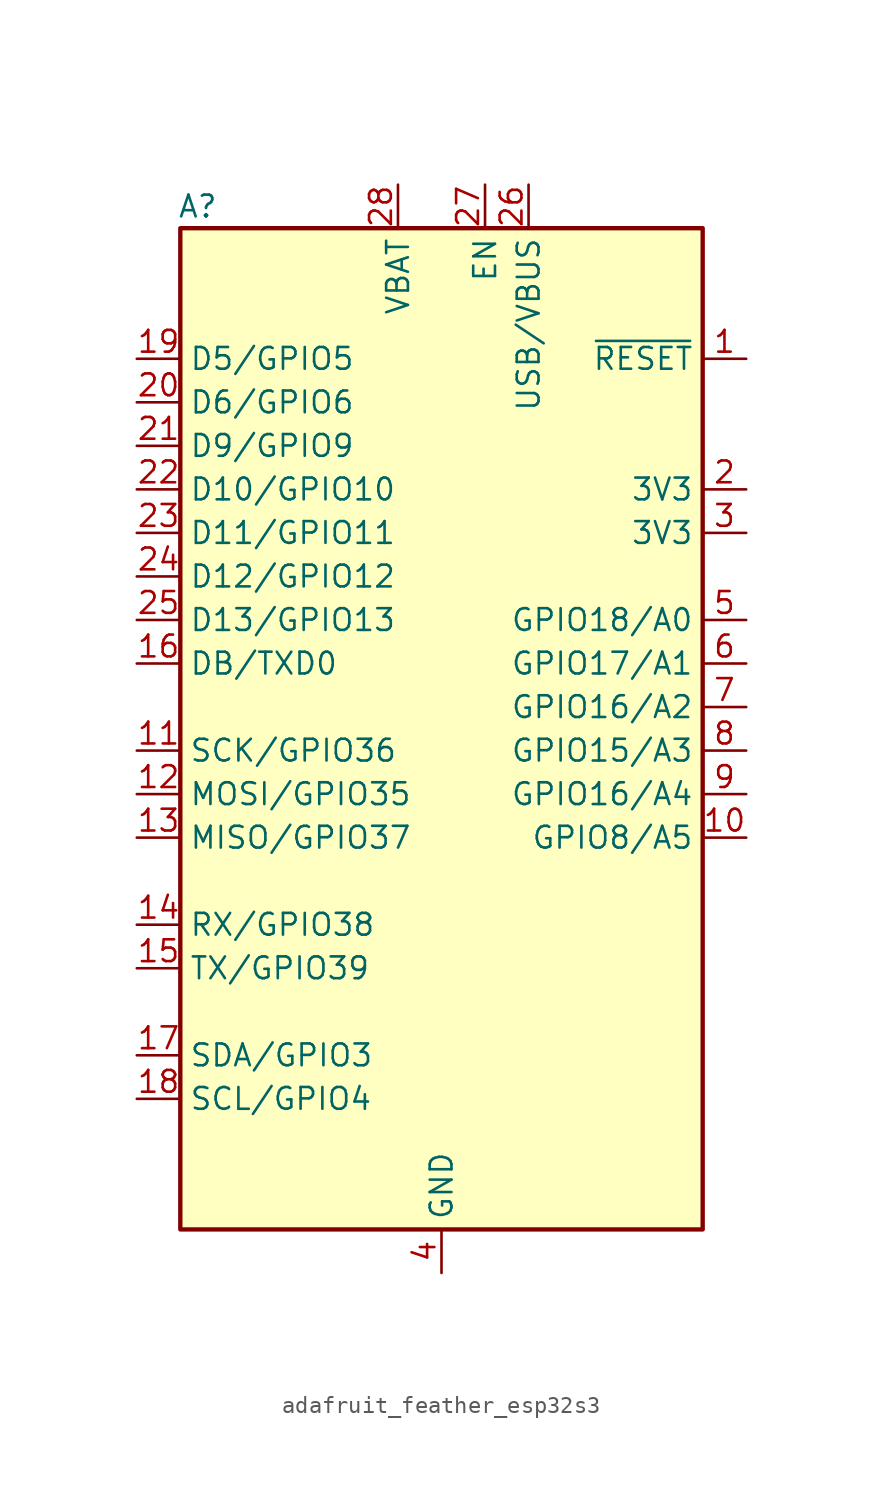
<source format=kicad_sym>
(kicad_symbol_lib
  (version 20231120)
  (generator "kicad_symbol_editor")
  (generator_version "8.0")
  (symbol "adafruit_feather_esp32s3"
    (property "Reference" "A"
      (at -14.224 29.21 0)
      (effects (font (size 1.27 1.27))))
    (property "Value" ""
      (at 0 -1.27 0)
      (effects (font (size 1.27 1.27))))
    (symbol "adafruit_feather_esp32s3_1_1"
      (rectangle (start -15.24 27.94) (end 15.24 -30.48) (stroke (width 0.254) (type default)) (fill (type background)))
      (pin input line (at 17.78 20.32 180) (length 2.54) (name "~{RESET}" (effects (font (size 1.27 1.27)))) (number "1" (effects (font (size 1.27 1.27)))))
      (pin bidirectional line (at 17.78 -7.62 180) (length 2.54) (name "GPIO8/A5" (effects (font (size 1.27 1.27)))) (number "10" (effects (font (size 1.27 1.27)))))
      (pin bidirectional line (at -17.78 -2.54 0) (length 2.54) (name "SCK/GPIO36" (effects (font (size 1.27 1.27)))) (number "11" (effects (font (size 1.27 1.27)))))
      (pin bidirectional line (at -17.78 -5.08 0) (length 2.54) (name "MOSI/GPIO35" (effects (font (size 1.27 1.27)))) (number "12" (effects (font (size 1.27 1.27)))))
      (pin bidirectional line (at -17.78 -7.62 0) (length 2.54) (name "MISO/GPIO37" (effects (font (size 1.27 1.27)))) (number "13" (effects (font (size 1.27 1.27)))))
      (pin bidirectional line (at -17.78 -12.7 0) (length 2.54) (name "RX/GPIO38" (effects (font (size 1.27 1.27)))) (number "14" (effects (font (size 1.27 1.27)))))
      (pin bidirectional line (at -17.78 -15.24 0) (length 2.54) (name "TX/GPIO39" (effects (font (size 1.27 1.27)))) (number "15" (effects (font (size 1.27 1.27)))))
      (pin bidirectional line (at -17.78 2.54 0) (length 2.54) (name "DB/TXD0" (effects (font (size 1.27 1.27)))) (number "16" (effects (font (size 1.27 1.27)))))
      (pin bidirectional line (at -17.78 -20.32 0) (length 2.54) (name "SDA/GPIO3" (effects (font (size 1.27 1.27)))) (number "17" (effects (font (size 1.27 1.27)))))
      (pin bidirectional line (at -17.78 -22.86 0) (length 2.54) (name "SCL/GPIO4" (effects (font (size 1.27 1.27)))) (number "18" (effects (font (size 1.27 1.27)))))
      (pin bidirectional line (at -17.78 20.32 0) (length 2.54) (name "D5/GPIO5" (effects (font (size 1.27 1.27)))) (number "19" (effects (font (size 1.27 1.27)))))
      (pin input line (at 17.78 12.7 180) (length 2.54) (name "3V3" (effects (font (size 1.27 1.27)))) (number "2" (effects (font (size 1.27 1.27)))))
      (pin bidirectional line (at -17.78 17.78 0) (length 2.54) (name "D6/GPIO6" (effects (font (size 1.27 1.27)))) (number "20" (effects (font (size 1.27 1.27)))))
      (pin bidirectional line (at -17.78 15.24 0) (length 2.54) (name "D9/GPIO9" (effects (font (size 1.27 1.27)))) (number "21" (effects (font (size 1.27 1.27)))))
      (pin bidirectional line (at -17.78 12.7 0) (length 2.54) (name "D10/GPIO10" (effects (font (size 1.27 1.27)))) (number "22" (effects (font (size 1.27 1.27)))))
      (pin bidirectional line (at -17.78 10.16 0) (length 2.54) (name "D11/GPIO11" (effects (font (size 1.27 1.27)))) (number "23" (effects (font (size 1.27 1.27)))))
      (pin bidirectional line (at -17.78 7.62 0) (length 2.54) (name "D12/GPIO12" (effects (font (size 1.27 1.27)))) (number "24" (effects (font (size 1.27 1.27)))))
      (pin bidirectional line (at -17.78 5.08 0) (length 2.54) (name "D13/GPIO13" (effects (font (size 1.27 1.27)))) (number "25" (effects (font (size 1.27 1.27)))))
      (pin power_in line (at 5.08 30.48 270) (length 2.54) (name "USB/VBUS" (effects (font (size 1.27 1.27)))) (number "26" (effects (font (size 1.27 1.27)))))
      (pin power_in line (at 2.54 30.48 270) (length 2.54) (name "EN" (effects (font (size 1.27 1.27)))) (number "27" (effects (font (size 1.27 1.27)))))
      (pin power_in line (at -2.54 30.48 270) (length 2.54) (name "VBAT" (effects (font (size 1.27 1.27)))) (number "28" (effects (font (size 1.27 1.27)))))
      (pin input line (at 17.78 10.16 180) (length 2.54) (name "3V3" (effects (font (size 1.27 1.27)))) (number "3" (effects (font (size 1.27 1.27)))))
      (pin power_in line (at 0 -33.02 90) (length 2.54) (name "GND" (effects (font (size 1.27 1.27)))) (number "4" (effects (font (size 1.27 1.27)))))
      (pin bidirectional line (at 17.78 5.08 180) (length 2.54) (name "GPIO18/A0" (effects (font (size 1.27 1.27)))) (number "5" (effects (font (size 1.27 1.27)))))
      (pin bidirectional line (at 17.78 2.54 180) (length 2.54) (name "GPIO17/A1" (effects (font (size 1.27 1.27)))) (number "6" (effects (font (size 1.27 1.27)))))
      (pin bidirectional line (at 17.78 0 180) (length 2.54) (name "GPIO16/A2" (effects (font (size 1.27 1.27)))) (number "7" (effects (font (size 1.27 1.27)))))
      (pin bidirectional line (at 17.78 -2.54 180) (length 2.54) (name "GPIO15/A3" (effects (font (size 1.27 1.27)))) (number "8" (effects (font (size 1.27 1.27)))))
      (pin bidirectional line (at 17.78 -5.08 180) (length 2.54) (name "GPIO16/A4" (effects (font (size 1.27 1.27)))) (number "9" (effects (font (size 1.27 1.27))))))))
</source>
